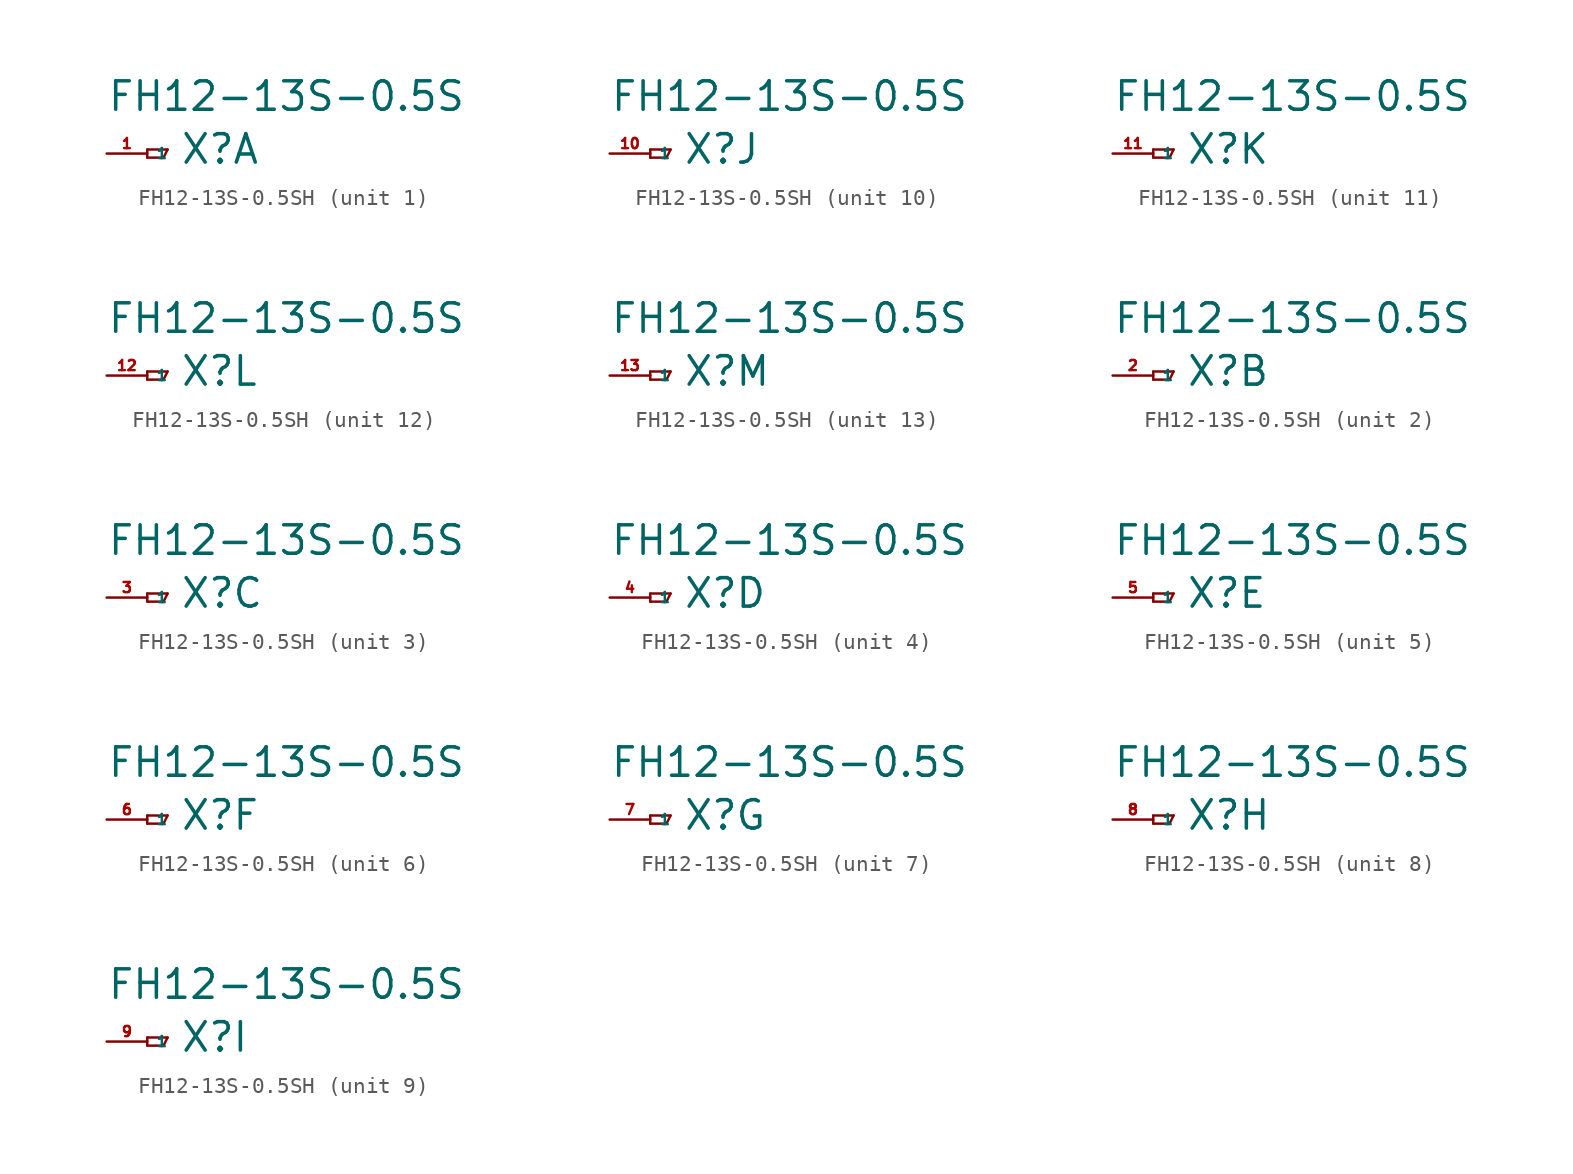
<source format=kicad_sym>
(kicad_symbol_lib
  (version 20220914)
  (generator Eagle2Kicad)
  (symbol "FH12-13S-0.5SH"
    (property "Reference" "X"
      (at 2.032 -0.762 0)
      (effects (font (size 1.778 1.778) (thickness 0.22)) (justify left bottom)))
    (property "Value" "FH12-13S-0.5S"
      (at -2.54 2.54 0)
      (effects (font (size 1.778 1.778) (thickness 0.22)) (justify left bottom)))
    (symbol "FH12-13S-0.5SH_1_0"
      (polyline (pts (xy 0 0.254) (xy 0 -0.254)) (stroke (width 0.152) (type default)) (fill (type none)))
      (polyline (pts (xy 0 -0.254) (xy 1.016 -0.254)) (stroke (width 0.152) (type default)) (fill (type none)))
      (polyline (pts (xy 1.016 -0.254) (xy 1.27 0.254)) (stroke (width 0.152) (type default)) (fill (type none)))
      (polyline (pts (xy 1.27 0.254) (xy 0 0.254)) (stroke (width 0.152) (type default)) (fill (type none)))
      (pin passive line (at -2.54 0 0) (length 2.54) (name "1" (effects (font (size 0.635 0.635) (thickness 0.08)) (justify left bottom))) (number "1" (effects (font (size 0.635 0.635) (thickness 0.08)) (justify left bottom)))))
    (symbol "FH12-13S-0.5SH_2_0"
      (polyline (pts (xy 0 0.254) (xy 0 -0.254)) (stroke (width 0.152) (type default)) (fill (type none)))
      (polyline (pts (xy 0 -0.254) (xy 1.016 -0.254)) (stroke (width 0.152) (type default)) (fill (type none)))
      (polyline (pts (xy 1.016 -0.254) (xy 1.27 0.254)) (stroke (width 0.152) (type default)) (fill (type none)))
      (polyline (pts (xy 1.27 0.254) (xy 0 0.254)) (stroke (width 0.152) (type default)) (fill (type none)))
      (pin passive line (at -2.54 0 0) (length 2.54) (name "1" (effects (font (size 0.635 0.635) (thickness 0.08)) (justify left bottom))) (number "2" (effects (font (size 0.635 0.635) (thickness 0.08)) (justify left bottom)))))
    (symbol "FH12-13S-0.5SH_3_0"
      (polyline (pts (xy 0 0.254) (xy 0 -0.254)) (stroke (width 0.152) (type default)) (fill (type none)))
      (polyline (pts (xy 0 -0.254) (xy 1.016 -0.254)) (stroke (width 0.152) (type default)) (fill (type none)))
      (polyline (pts (xy 1.016 -0.254) (xy 1.27 0.254)) (stroke (width 0.152) (type default)) (fill (type none)))
      (polyline (pts (xy 1.27 0.254) (xy 0 0.254)) (stroke (width 0.152) (type default)) (fill (type none)))
      (pin passive line (at -2.54 0 0) (length 2.54) (name "1" (effects (font (size 0.635 0.635) (thickness 0.08)) (justify left bottom))) (number "3" (effects (font (size 0.635 0.635) (thickness 0.08)) (justify left bottom)))))
    (symbol "FH12-13S-0.5SH_4_0"
      (polyline (pts (xy 0 0.254) (xy 0 -0.254)) (stroke (width 0.152) (type default)) (fill (type none)))
      (polyline (pts (xy 0 -0.254) (xy 1.016 -0.254)) (stroke (width 0.152) (type default)) (fill (type none)))
      (polyline (pts (xy 1.016 -0.254) (xy 1.27 0.254)) (stroke (width 0.152) (type default)) (fill (type none)))
      (polyline (pts (xy 1.27 0.254) (xy 0 0.254)) (stroke (width 0.152) (type default)) (fill (type none)))
      (pin passive line (at -2.54 0 0) (length 2.54) (name "1" (effects (font (size 0.635 0.635) (thickness 0.08)) (justify left bottom))) (number "4" (effects (font (size 0.635 0.635) (thickness 0.08)) (justify left bottom)))))
    (symbol "FH12-13S-0.5SH_5_0"
      (polyline (pts (xy 0 0.254) (xy 0 -0.254)) (stroke (width 0.152) (type default)) (fill (type none)))
      (polyline (pts (xy 0 -0.254) (xy 1.016 -0.254)) (stroke (width 0.152) (type default)) (fill (type none)))
      (polyline (pts (xy 1.016 -0.254) (xy 1.27 0.254)) (stroke (width 0.152) (type default)) (fill (type none)))
      (polyline (pts (xy 1.27 0.254) (xy 0 0.254)) (stroke (width 0.152) (type default)) (fill (type none)))
      (pin passive line (at -2.54 0 0) (length 2.54) (name "1" (effects (font (size 0.635 0.635) (thickness 0.08)) (justify left bottom))) (number "5" (effects (font (size 0.635 0.635) (thickness 0.08)) (justify left bottom)))))
    (symbol "FH12-13S-0.5SH_6_0"
      (polyline (pts (xy 0 0.254) (xy 0 -0.254)) (stroke (width 0.152) (type default)) (fill (type none)))
      (polyline (pts (xy 0 -0.254) (xy 1.016 -0.254)) (stroke (width 0.152) (type default)) (fill (type none)))
      (polyline (pts (xy 1.016 -0.254) (xy 1.27 0.254)) (stroke (width 0.152) (type default)) (fill (type none)))
      (polyline (pts (xy 1.27 0.254) (xy 0 0.254)) (stroke (width 0.152) (type default)) (fill (type none)))
      (pin passive line (at -2.54 0 0) (length 2.54) (name "1" (effects (font (size 0.635 0.635) (thickness 0.08)) (justify left bottom))) (number "6" (effects (font (size 0.635 0.635) (thickness 0.08)) (justify left bottom)))))
    (symbol "FH12-13S-0.5SH_7_0"
      (polyline (pts (xy 0 0.254) (xy 0 -0.254)) (stroke (width 0.152) (type default)) (fill (type none)))
      (polyline (pts (xy 0 -0.254) (xy 1.016 -0.254)) (stroke (width 0.152) (type default)) (fill (type none)))
      (polyline (pts (xy 1.016 -0.254) (xy 1.27 0.254)) (stroke (width 0.152) (type default)) (fill (type none)))
      (polyline (pts (xy 1.27 0.254) (xy 0 0.254)) (stroke (width 0.152) (type default)) (fill (type none)))
      (pin passive line (at -2.54 0 0) (length 2.54) (name "1" (effects (font (size 0.635 0.635) (thickness 0.08)) (justify left bottom))) (number "7" (effects (font (size 0.635 0.635) (thickness 0.08)) (justify left bottom)))))
    (symbol "FH12-13S-0.5SH_8_0"
      (polyline (pts (xy 0 0.254) (xy 0 -0.254)) (stroke (width 0.152) (type default)) (fill (type none)))
      (polyline (pts (xy 0 -0.254) (xy 1.016 -0.254)) (stroke (width 0.152) (type default)) (fill (type none)))
      (polyline (pts (xy 1.016 -0.254) (xy 1.27 0.254)) (stroke (width 0.152) (type default)) (fill (type none)))
      (polyline (pts (xy 1.27 0.254) (xy 0 0.254)) (stroke (width 0.152) (type default)) (fill (type none)))
      (pin passive line (at -2.54 0 0) (length 2.54) (name "1" (effects (font (size 0.635 0.635) (thickness 0.08)) (justify left bottom))) (number "8" (effects (font (size 0.635 0.635) (thickness 0.08)) (justify left bottom)))))
    (symbol "FH12-13S-0.5SH_9_0"
      (polyline (pts (xy 0 0.254) (xy 0 -0.254)) (stroke (width 0.152) (type default)) (fill (type none)))
      (polyline (pts (xy 0 -0.254) (xy 1.016 -0.254)) (stroke (width 0.152) (type default)) (fill (type none)))
      (polyline (pts (xy 1.016 -0.254) (xy 1.27 0.254)) (stroke (width 0.152) (type default)) (fill (type none)))
      (polyline (pts (xy 1.27 0.254) (xy 0 0.254)) (stroke (width 0.152) (type default)) (fill (type none)))
      (pin passive line (at -2.54 0 0) (length 2.54) (name "1" (effects (font (size 0.635 0.635) (thickness 0.08)) (justify left bottom))) (number "9" (effects (font (size 0.635 0.635) (thickness 0.08)) (justify left bottom)))))
    (symbol "FH12-13S-0.5SH_10_0"
      (polyline (pts (xy 0 0.254) (xy 0 -0.254)) (stroke (width 0.152) (type default)) (fill (type none)))
      (polyline (pts (xy 0 -0.254) (xy 1.016 -0.254)) (stroke (width 0.152) (type default)) (fill (type none)))
      (polyline (pts (xy 1.016 -0.254) (xy 1.27 0.254)) (stroke (width 0.152) (type default)) (fill (type none)))
      (polyline (pts (xy 1.27 0.254) (xy 0 0.254)) (stroke (width 0.152) (type default)) (fill (type none)))
      (pin passive line (at -2.54 0 0) (length 2.54) (name "1" (effects (font (size 0.635 0.635) (thickness 0.08)) (justify left bottom))) (number "10" (effects (font (size 0.635 0.635) (thickness 0.08)) (justify left bottom)))))
    (symbol "FH12-13S-0.5SH_11_0"
      (polyline (pts (xy 0 0.254) (xy 0 -0.254)) (stroke (width 0.152) (type default)) (fill (type none)))
      (polyline (pts (xy 0 -0.254) (xy 1.016 -0.254)) (stroke (width 0.152) (type default)) (fill (type none)))
      (polyline (pts (xy 1.016 -0.254) (xy 1.27 0.254)) (stroke (width 0.152) (type default)) (fill (type none)))
      (polyline (pts (xy 1.27 0.254) (xy 0 0.254)) (stroke (width 0.152) (type default)) (fill (type none)))
      (pin passive line (at -2.54 0 0) (length 2.54) (name "1" (effects (font (size 0.635 0.635) (thickness 0.08)) (justify left bottom))) (number "11" (effects (font (size 0.635 0.635) (thickness 0.08)) (justify left bottom)))))
    (symbol "FH12-13S-0.5SH_12_0"
      (polyline (pts (xy 0 0.254) (xy 0 -0.254)) (stroke (width 0.152) (type default)) (fill (type none)))
      (polyline (pts (xy 0 -0.254) (xy 1.016 -0.254)) (stroke (width 0.152) (type default)) (fill (type none)))
      (polyline (pts (xy 1.016 -0.254) (xy 1.27 0.254)) (stroke (width 0.152) (type default)) (fill (type none)))
      (polyline (pts (xy 1.27 0.254) (xy 0 0.254)) (stroke (width 0.152) (type default)) (fill (type none)))
      (pin passive line (at -2.54 0 0) (length 2.54) (name "1" (effects (font (size 0.635 0.635) (thickness 0.08)) (justify left bottom))) (number "12" (effects (font (size 0.635 0.635) (thickness 0.08)) (justify left bottom)))))
    (symbol "FH12-13S-0.5SH_13_0"
      (polyline (pts (xy 0 0.254) (xy 0 -0.254)) (stroke (width 0.152) (type default)) (fill (type none)))
      (polyline (pts (xy 0 -0.254) (xy 1.016 -0.254)) (stroke (width 0.152) (type default)) (fill (type none)))
      (polyline (pts (xy 1.016 -0.254) (xy 1.27 0.254)) (stroke (width 0.152) (type default)) (fill (type none)))
      (polyline (pts (xy 1.27 0.254) (xy 0 0.254)) (stroke (width 0.152) (type default)) (fill (type none)))
      (pin passive line (at -2.54 0 0) (length 2.54) (name "1" (effects (font (size 0.635 0.635) (thickness 0.08)) (justify left bottom))) (number "13" (effects (font (size 0.635 0.635) (thickness 0.08)) (justify left bottom)))))))
</source>
